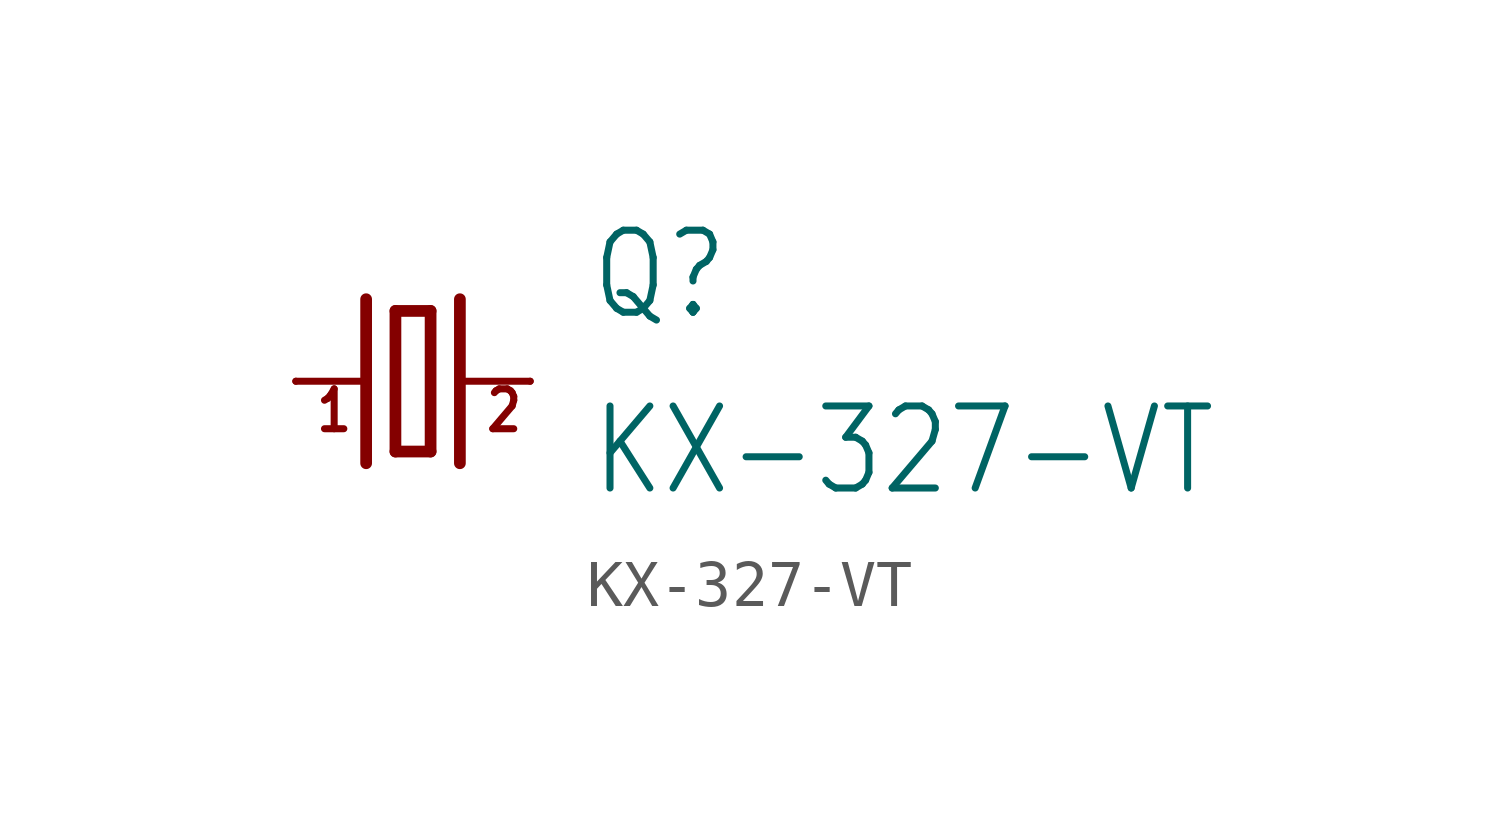
<source format=kicad_sym>
(kicad_symbol_lib
  (version 20211014)
  (generator kicad_symbol_editor)
  (symbol "KX-327-VT"
    (property "Reference" "Q"
      (at 3.81 1.27 0)
      (effects (font (size 1.778 1.511)) (justify left bottom)))
    (property "Value" "KX-327-VT"
      (at 3.81 -2.54 0)
      (effects (font (size 1.778 1.511)) (justify left bottom)))
    (property "ki_locked" ""
      (at 0 0 0)
      (effects (font (size 1.27 1.27))))
    (symbol "KX-327-VT_1_0"
      (polyline (pts (xy -2.54 0) (xy -1.016 0)) (stroke (width 0.152) (type default) (color 0 0 0 0)) (fill (type none)))
      (polyline (pts (xy -1.016 1.778) (xy -1.016 -1.778)) (stroke (width 0.254) (type default) (color 0 0 0 0)) (fill (type none)))
      (polyline (pts (xy -0.381 -1.524) (xy 0.381 -1.524)) (stroke (width 0.254) (type default) (color 0 0 0 0)) (fill (type none)))
      (polyline (pts (xy -0.381 1.524) (xy -0.381 -1.524)) (stroke (width 0.254) (type default) (color 0 0 0 0)) (fill (type none)))
      (polyline (pts (xy 0.381 -1.524) (xy 0.381 1.524)) (stroke (width 0.254) (type default) (color 0 0 0 0)) (fill (type none)))
      (polyline (pts (xy 0.381 1.524) (xy -0.381 1.524)) (stroke (width 0.254) (type default) (color 0 0 0 0)) (fill (type none)))
      (polyline (pts (xy 1.016 0) (xy 2.54 0)) (stroke (width 0.152) (type default) (color 0 0 0 0)) (fill (type none)))
      (polyline (pts (xy 1.016 1.778) (xy 1.016 -1.778)) (stroke (width 0.254) (type default) (color 0 0 0 0)) (fill (type none)))
      (text "1" (at -2.159 -1.143 0) (effects (font (size 0.864 0.734)) (justify left bottom)))
      (text "2" (at 1.524 -1.143 0) (effects (font (size 0.864 0.734)) (justify left bottom)))
      (pin passive line (at -2.54 0 0) (length 0) (name "1" (effects (font (size 0 0)))) (number "1" (effects (font (size 0 0)))))
      (pin passive line (at 2.54 0 180) (length 0) (name "2" (effects (font (size 0 0)))) (number "2" (effects (font (size 0 0))))))))
</source>
